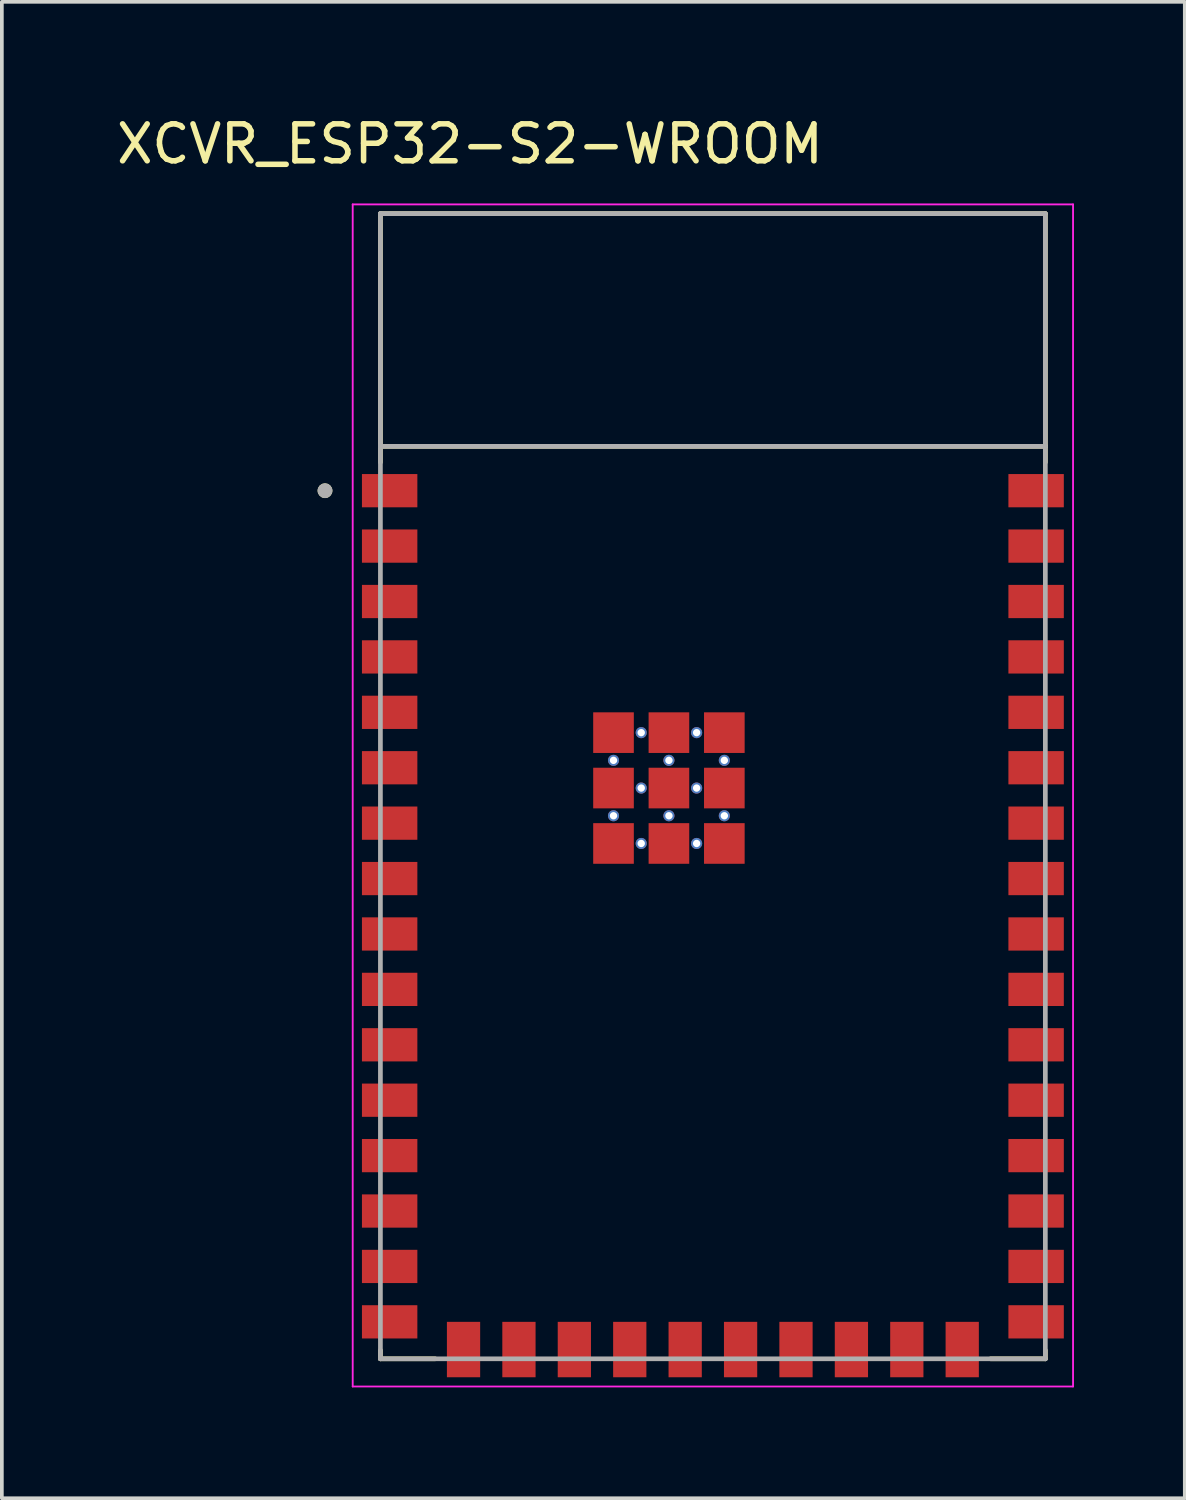
<source format=kicad_pcb>
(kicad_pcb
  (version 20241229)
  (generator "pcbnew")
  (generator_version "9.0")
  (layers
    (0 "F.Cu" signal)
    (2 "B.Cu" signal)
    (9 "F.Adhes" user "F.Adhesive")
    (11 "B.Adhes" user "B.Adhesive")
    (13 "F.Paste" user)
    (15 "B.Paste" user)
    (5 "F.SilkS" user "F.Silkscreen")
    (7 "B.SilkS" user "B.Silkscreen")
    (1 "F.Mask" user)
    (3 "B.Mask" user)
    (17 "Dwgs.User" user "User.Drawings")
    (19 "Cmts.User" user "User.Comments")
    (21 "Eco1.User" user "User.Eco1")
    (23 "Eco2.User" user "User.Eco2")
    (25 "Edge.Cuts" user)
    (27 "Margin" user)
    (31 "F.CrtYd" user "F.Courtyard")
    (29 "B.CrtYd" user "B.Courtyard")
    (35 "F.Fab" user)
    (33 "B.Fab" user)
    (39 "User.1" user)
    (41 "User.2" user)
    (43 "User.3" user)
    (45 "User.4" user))
  (footprint "XCVR_ESP32-S2-WROOM"
    (layer "F.Cu")
    (at 16.248 18.233)
    (property "Reference" "XCVR_ESP32-S2-WROOM" (at -6.575 -17.385 0) (layer "F.SilkS") (effects (font (size 1 1) (thickness 0.15))))
    (attr through_hole)
    (fp_line (start -9 -15.5) (end -9 -9.2) (stroke (width 0.127) (type solid)) (layer "F.SilkS"))
    (fp_line (start -9 -9.2) (end -9 -8.77) (stroke (width 0.127) (type solid)) (layer "F.SilkS"))
    (fp_line (start -9 15.5) (end -9 15.27) (stroke (width 0.127) (type solid)) (layer "F.SilkS"))
    (fp_line (start -9 15.5) (end -7.52 15.5) (stroke (width 0.127) (type solid)) (layer "F.SilkS"))
    (fp_line (start 7.52 15.5) (end 9 15.5) (stroke (width 0.127) (type solid)) (layer "F.SilkS"))
    (fp_line (start 9 -15.5) (end -9 -15.5) (stroke (width 0.127) (type solid)) (layer "F.SilkS"))
    (fp_line (start 9 -9.2) (end -9 -9.2) (stroke (width 0.127) (type solid)) (layer "F.SilkS"))
    (fp_line (start 9 -9.2) (end 9 -15.5) (stroke (width 0.127) (type solid)) (layer "F.SilkS"))
    (fp_line (start 9 -8.77) (end 9 -9.2) (stroke (width 0.127) (type solid)) (layer "F.SilkS"))
    (fp_line (start 9 15.5) (end 9 15.27) (stroke (width 0.127) (type solid)) (layer "F.SilkS"))
    (fp_circle (center -10.5 -8) (end -10.4 -8) (stroke (width 0.2) (type solid)) (fill no) (layer "F.SilkS"))
    (fp_line (start -9.75 -15.75) (end -9.75 16.25) (stroke (width 0.05) (type solid)) (layer "F.CrtYd"))
    (fp_line (start -9.75 16.25) (end 9.75 16.25) (stroke (width 0.05) (type solid)) (layer "F.CrtYd"))
    (fp_line (start 9.75 -15.75) (end -9.75 -15.75) (stroke (width 0.05) (type solid)) (layer "F.CrtYd"))
    (fp_line (start 9.75 16.25) (end 9.75 -15.75) (stroke (width 0.05) (type solid)) (layer "F.CrtYd"))
    (fp_line (start -9 -15.5) (end -9 -9.2) (stroke (width 0.127) (type solid)) (layer "F.Fab"))
    (fp_line (start -9 -9.2) (end -9 15.5) (stroke (width 0.127) (type solid)) (layer "F.Fab"))
    (fp_line (start -9 15.5) (end 9 15.5) (stroke (width 0.127) (type solid)) (layer "F.Fab"))
    (fp_line (start 9 -15.5) (end -9 -15.5) (stroke (width 0.127) (type solid)) (layer "F.Fab"))
    (fp_line (start 9 -9.2) (end -9 -9.2) (stroke (width 0.127) (type solid)) (layer "F.Fab"))
    (fp_line (start 9 -9.2) (end 9 -15.5) (stroke (width 0.127) (type solid)) (layer "F.Fab"))
    (fp_line (start 9 15.5) (end 9 -9.2) (stroke (width 0.127) (type solid)) (layer "F.Fab"))
    (fp_circle (center -10.5 -8) (end -10.4 -8) (stroke (width 0.2) (type solid)) (fill no) (layer "F.Fab"))
    (pad "1" smd rect (at -8.75 -8) (size 1.5 0.9) (layers "F.Cu" "F.Mask" "F.Paste"))
    (pad "2" smd rect (at -8.75 -6.5) (size 1.5 0.9) (layers "F.Cu" "F.Mask" "F.Paste"))
    (pad "3" smd rect (at -8.75 -5) (size 1.5 0.9) (layers "F.Cu" "F.Mask" "F.Paste"))
    (pad "4" smd rect (at -8.75 -3.5) (size 1.5 0.9) (layers "F.Cu" "F.Mask" "F.Paste"))
    (pad "5" smd rect (at -8.75 -2) (size 1.5 0.9) (layers "F.Cu" "F.Mask" "F.Paste"))
    (pad "6" smd rect (at -8.75 -0.5) (size 1.5 0.9) (layers "F.Cu" "F.Mask" "F.Paste"))
    (pad "7" smd rect (at -8.75 1) (size 1.5 0.9) (layers "F.Cu" "F.Mask" "F.Paste"))
    (pad "8" smd rect (at -8.75 2.5) (size 1.5 0.9) (layers "F.Cu" "F.Mask" "F.Paste"))
    (pad "9" smd rect (at -8.75 4) (size 1.5 0.9) (layers "F.Cu" "F.Mask" "F.Paste"))
    (pad "10" smd rect (at -8.75 5.5) (size 1.5 0.9) (layers "F.Cu" "F.Mask" "F.Paste"))
    (pad "11" smd rect (at -8.75 7) (size 1.5 0.9) (layers "F.Cu" "F.Mask" "F.Paste"))
    (pad "12" smd rect (at -8.75 8.5) (size 1.5 0.9) (layers "F.Cu" "F.Mask" "F.Paste"))
    (pad "13" smd rect (at -8.75 10) (size 1.5 0.9) (layers "F.Cu" "F.Mask" "F.Paste"))
    (pad "14" smd rect (at -8.75 11.5) (size 1.5 0.9) (layers "F.Cu" "F.Mask" "F.Paste"))
    (pad "15" smd rect (at -8.75 13) (size 1.5 0.9) (layers "F.Cu" "F.Mask" "F.Paste"))
    (pad "16" smd rect (at -8.75 14.5) (size 1.5 0.9) (layers "F.Cu" "F.Mask" "F.Paste"))
    (pad "17" smd rect (at -6.75 15.25) (size 0.9 1.5) (layers "F.Cu" "F.Mask" "F.Paste"))
    (pad "18" smd rect (at -5.25 15.25) (size 0.9 1.5) (layers "F.Cu" "F.Mask" "F.Paste"))
    (pad "19" smd rect (at -3.75 15.25) (size 0.9 1.5) (layers "F.Cu" "F.Mask" "F.Paste"))
    (pad "20" smd rect (at -2.25 15.25) (size 0.9 1.5) (layers "F.Cu" "F.Mask" "F.Paste"))
    (pad "21" smd rect (at -0.75 15.25) (size 0.9 1.5) (layers "F.Cu" "F.Mask" "F.Paste"))
    (pad "22" smd rect (at 0.75 15.25) (size 0.9 1.5) (layers "F.Cu" "F.Mask" "F.Paste"))
    (pad "23" smd rect (at 2.25 15.25) (size 0.9 1.5) (layers "F.Cu" "F.Mask" "F.Paste"))
    (pad "24" smd rect (at 3.75 15.25) (size 0.9 1.5) (layers "F.Cu" "F.Mask" "F.Paste"))
    (pad "25" smd rect (at 5.25 15.25) (size 0.9 1.5) (layers "F.Cu" "F.Mask" "F.Paste"))
    (pad "26" smd rect (at 6.75 15.25) (size 0.9 1.5) (layers "F.Cu" "F.Mask" "F.Paste"))
    (pad "27" smd rect (at 8.75 14.5) (size 1.5 0.9) (layers "F.Cu" "F.Mask" "F.Paste"))
    (pad "28" smd rect (at 8.75 13) (size 1.5 0.9) (layers "F.Cu" "F.Mask" "F.Paste"))
    (pad "29" smd rect (at 8.75 11.5) (size 1.5 0.9) (layers "F.Cu" "F.Mask" "F.Paste"))
    (pad "30" smd rect (at 8.75 10) (size 1.5 0.9) (layers "F.Cu" "F.Mask" "F.Paste"))
    (pad "31" smd rect (at 8.75 8.5) (size 1.5 0.9) (layers "F.Cu" "F.Mask" "F.Paste"))
    (pad "32" smd rect (at 8.75 7) (size 1.5 0.9) (layers "F.Cu" "F.Mask" "F.Paste"))
    (pad "33" smd rect (at 8.75 5.5) (size 1.5 0.9) (layers "F.Cu" "F.Mask" "F.Paste"))
    (pad "34" smd rect (at 8.75 4) (size 1.5 0.9) (layers "F.Cu" "F.Mask" "F.Paste"))
    (pad "35" smd rect (at 8.75 2.5) (size 1.5 0.9) (layers "F.Cu" "F.Mask" "F.Paste"))
    (pad "36" smd rect (at 8.75 1) (size 1.5 0.9) (layers "F.Cu" "F.Mask" "F.Paste"))
    (pad "37" smd rect (at 8.75 -0.5) (size 1.5 0.9) (layers "F.Cu" "F.Mask" "F.Paste"))
    (pad "38" smd rect (at 8.75 -2) (size 1.5 0.9) (layers "F.Cu" "F.Mask" "F.Paste"))
    (pad "39" smd rect (at 8.75 -3.5) (size 1.5 0.9) (layers "F.Cu" "F.Mask" "F.Paste"))
    (pad "40" smd rect (at 8.75 -5) (size 1.5 0.9) (layers "F.Cu" "F.Mask" "F.Paste"))
    (pad "41" smd rect (at 8.75 -6.5) (size 1.5 0.9) (layers "F.Cu" "F.Mask" "F.Paste"))
    (pad "42" smd rect (at 8.75 -8) (size 1.5 0.9) (layers "F.Cu" "F.Mask" "F.Paste"))
    (pad "43" smd rect (at -2.69 -1.45) (size 1.1 1.1) (layers "F.Cu" "F.Mask" "F.Paste"))
    (pad "44" smd rect (at -1.19 -1.45) (size 1.1 1.1) (layers "F.Cu" "F.Mask" "F.Paste"))
    (pad "45" smd rect (at 0.31 -1.45) (size 1.1 1.1) (layers "F.Cu" "F.Mask" "F.Paste"))
    (pad "46" smd rect (at -2.69 0.05) (size 1.1 1.1) (layers "F.Cu" "F.Mask" "F.Paste"))
    (pad "47" smd rect (at -1.19 0.05) (size 1.1 1.1) (layers "F.Cu" "F.Mask" "F.Paste"))
    (pad "48" smd rect (at 0.31 0.05) (size 1.1 1.1) (layers "F.Cu" "F.Mask" "F.Paste"))
    (pad "49" smd rect (at -2.69 1.55) (size 1.1 1.1) (layers "F.Cu" "F.Mask" "F.Paste"))
    (pad "50" smd rect (at -1.19 1.55) (size 1.1 1.1) (layers "F.Cu" "F.Mask" "F.Paste"))
    (pad "51" smd rect (at 0.31 1.55) (size 1.1 1.1) (layers "F.Cu" "F.Mask" "F.Paste"))
    (pad "52" thru_hole circle (at -1.94 -1.45) (size 0.3 0.3) (drill 0.2) (layers "*.Cu"))
    (pad "53" thru_hole circle (at -0.44 -1.45) (size 0.3 0.3) (drill 0.2) (layers "*.Cu"))
    (pad "54" thru_hole circle (at -2.69 -0.7) (size 0.3 0.3) (drill 0.2) (layers "*.Cu"))
    (pad "55" thru_hole circle (at -1.19 -0.7) (size 0.3 0.3) (drill 0.2) (layers "*.Cu"))
    (pad "56" thru_hole circle (at 0.31 -0.7) (size 0.3 0.3) (drill 0.2) (layers "*.Cu"))
    (pad "57" thru_hole circle (at -1.94 0.05) (size 0.3 0.3) (drill 0.2) (layers "*.Cu"))
    (pad "58" thru_hole circle (at -0.44 0.05) (size 0.3 0.3) (drill 0.2) (layers "*.Cu"))
    (pad "59" thru_hole circle (at -2.69 0.8) (size 0.3 0.3) (drill 0.2) (layers "*.Cu"))
    (pad "60" thru_hole circle (at -1.19 0.8) (size 0.3 0.3) (drill 0.2) (layers "*.Cu"))
    (pad "61" thru_hole circle (at 0.31 0.8) (size 0.3 0.3) (drill 0.2) (layers "*.Cu"))
    (pad "62" thru_hole circle (at -1.94 1.55) (size 0.3 0.3) (drill 0.2) (layers "*.Cu"))
    (pad "63" thru_hole circle (at -0.44 1.55) (size 0.3 0.3) (drill 0.2) (layers "*.Cu")))
  (gr_rect
    (start -3 -3)
    (end 29.023 37.508)
    (stroke (width 0.1) (type default))
    (fill no)
    (layer "Edge.Cuts")))
</source>
